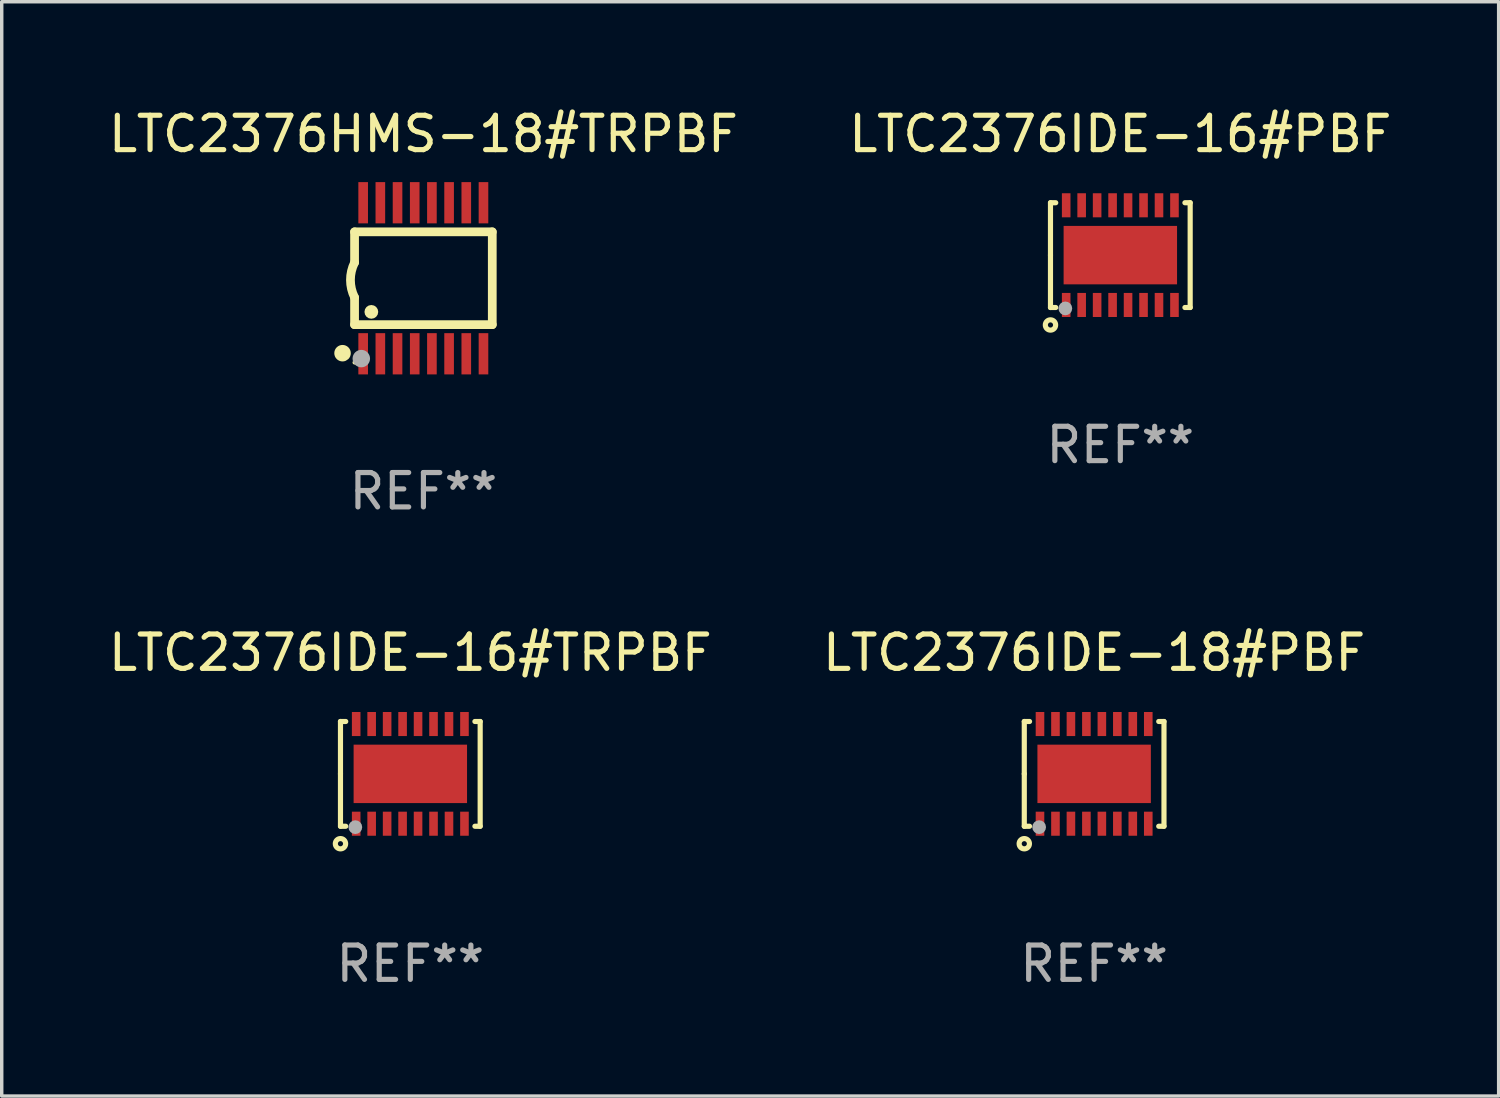
<source format=kicad_pcb>
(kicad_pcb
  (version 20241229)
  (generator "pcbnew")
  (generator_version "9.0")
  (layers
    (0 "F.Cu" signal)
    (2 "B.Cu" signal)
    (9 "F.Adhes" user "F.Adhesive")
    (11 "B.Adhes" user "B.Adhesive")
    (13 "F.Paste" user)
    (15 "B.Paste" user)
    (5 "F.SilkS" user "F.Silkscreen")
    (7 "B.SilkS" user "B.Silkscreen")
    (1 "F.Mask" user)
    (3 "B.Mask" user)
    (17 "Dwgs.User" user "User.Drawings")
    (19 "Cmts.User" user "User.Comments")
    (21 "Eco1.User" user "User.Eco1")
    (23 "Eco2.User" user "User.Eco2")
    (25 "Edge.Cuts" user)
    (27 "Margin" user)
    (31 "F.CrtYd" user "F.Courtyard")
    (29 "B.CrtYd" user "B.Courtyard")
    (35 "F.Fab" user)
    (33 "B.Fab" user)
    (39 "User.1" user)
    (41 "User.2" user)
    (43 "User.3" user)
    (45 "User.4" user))
  (footprint "LTC2376IDE-16#PBF"
    (layer "F.Cu")
    (at 29.542 4.372)
    (property "Reference" "LTC2376IDE-16#PBF" (at 0 -3.524 0) (layer "F.SilkS") (effects (font (size 1 1) (thickness 0.15))))
    (attr through_hole)
    (fp_line (start -2.032 -1.524) (end -1.879 -1.524) (stroke (width 0.15) (type solid)) (layer "F.SilkS"))
    (fp_line (start -2.032 0) (end -2.032 -1.524) (stroke (width 0.15) (type solid)) (layer "F.SilkS"))
    (fp_line (start -2.032 1.524) (end -2.032 0) (stroke (width 0.15) (type solid)) (layer "F.SilkS"))
    (fp_line (start -1.879 1.524) (end -2.032 1.524) (stroke (width 0.15) (type solid)) (layer "F.SilkS"))
    (fp_line (start 1.879 -1.524) (end 2.032 -1.524) (stroke (width 0.15) (type solid)) (layer "F.SilkS"))
    (fp_line (start 2.032 -1.524) (end 2.032 1.524) (stroke (width 0.15) (type solid)) (layer "F.SilkS"))
    (fp_line (start 2.032 1.524) (end 1.879 1.524) (stroke (width 0.15) (type solid)) (layer "F.SilkS"))
    (fp_circle (center -2.032 2.032) (end -1.882 2.032) (stroke (width 0.15) (type solid)) (fill no) (layer "F.SilkS"))
    (fp_circle (center -2 1.5) (end -1.97 1.5) (stroke (width 0.06) (type solid)) (fill no) (layer "F.SilkS"))
    (fp_circle (center -1.6 1.55) (end -1.5 1.55) (stroke (width 0.2) (type solid)) (fill no) (layer "F.Fab"))
    (fp_text user "REF**" (at 0 5.524 0) (layer "F.Fab") (effects (font (size 1 1) (thickness 0.15))))
    (pad "1" smd rect (at -1.575 1.45 90) (size 0.7 0.25) (layers "F.Cu" "F.Mask" "F.Paste"))
    (pad "2" smd rect (at -1.125 1.45 90) (size 0.7 0.25) (layers "F.Cu" "F.Mask" "F.Paste"))
    (pad "3" smd rect (at -0.675 1.45 90) (size 0.7 0.25) (layers "F.Cu" "F.Mask" "F.Paste"))
    (pad "4" smd rect (at -0.225 1.45 90) (size 0.7 0.25) (layers "F.Cu" "F.Mask" "F.Paste"))
    (pad "5" smd rect (at 0.225 1.45 90) (size 0.7 0.25) (layers "F.Cu" "F.Mask" "F.Paste"))
    (pad "6" smd rect (at 0.675 1.45 90) (size 0.7 0.25) (layers "F.Cu" "F.Mask" "F.Paste"))
    (pad "7" smd rect (at 1.125 1.45 90) (size 0.7 0.25) (layers "F.Cu" "F.Mask" "F.Paste"))
    (pad "8" smd rect (at 1.575 1.45 90) (size 0.7 0.25) (layers "F.Cu" "F.Mask" "F.Paste"))
    (pad "9" smd rect (at 1.575 -1.45 90) (size 0.7 0.25) (layers "F.Cu" "F.Mask" "F.Paste"))
    (pad "10" smd rect (at 1.125 -1.45 90) (size 0.7 0.25) (layers "F.Cu" "F.Mask" "F.Paste"))
    (pad "11" smd rect (at 0.675 -1.45 90) (size 0.7 0.25) (layers "F.Cu" "F.Mask" "F.Paste"))
    (pad "12" smd rect (at 0.225 -1.45 90) (size 0.7 0.25) (layers "F.Cu" "F.Mask" "F.Paste"))
    (pad "13" smd rect (at -0.225 -1.45 90) (size 0.7 0.25) (layers "F.Cu" "F.Mask" "F.Paste"))
    (pad "14" smd rect (at -0.675 -1.45 90) (size 0.7 0.25) (layers "F.Cu" "F.Mask" "F.Paste"))
    (pad "15" smd rect (at -1.125 -1.45 90) (size 0.7 0.25) (layers "F.Cu" "F.Mask" "F.Paste"))
    (pad "16" smd rect (at -1.575 -1.45 90) (size 0.7 0.25) (layers "F.Cu" "F.Mask" "F.Paste"))
    (pad "17" smd rect (at 0.000127 0 90) (size 1.7 3.3) (layers "F.Cu" "F.Mask" "F.Paste")))
  (footprint "LTC2376IDE-16#TRPBF"
    (layer "F.Cu")
    (at 8.887 19.463)
    (property "Reference" "LTC2376IDE-16#TRPBF" (at 0 -3.524 0) (layer "F.SilkS") (effects (font (size 1 1) (thickness 0.15))))
    (attr through_hole)
    (fp_line (start -2.032 -1.524) (end -1.879 -1.524) (stroke (width 0.15) (type solid)) (layer "F.SilkS"))
    (fp_line (start -2.032 0) (end -2.032 -1.524) (stroke (width 0.15) (type solid)) (layer "F.SilkS"))
    (fp_line (start -2.032 1.524) (end -2.032 0) (stroke (width 0.15) (type solid)) (layer "F.SilkS"))
    (fp_line (start -1.879 1.524) (end -2.032 1.524) (stroke (width 0.15) (type solid)) (layer "F.SilkS"))
    (fp_line (start 1.879 -1.524) (end 2.032 -1.524) (stroke (width 0.15) (type solid)) (layer "F.SilkS"))
    (fp_line (start 2.032 -1.524) (end 2.032 1.524) (stroke (width 0.15) (type solid)) (layer "F.SilkS"))
    (fp_line (start 2.032 1.524) (end 1.879 1.524) (stroke (width 0.15) (type solid)) (layer "F.SilkS"))
    (fp_circle (center -2.032 2.032) (end -1.882 2.032) (stroke (width 0.15) (type solid)) (fill no) (layer "F.SilkS"))
    (fp_circle (center -2 1.5) (end -1.97 1.5) (stroke (width 0.06) (type solid)) (fill no) (layer "F.SilkS"))
    (fp_circle (center -1.6 1.55) (end -1.5 1.55) (stroke (width 0.2) (type solid)) (fill no) (layer "F.Fab"))
    (fp_text user "REF**" (at 0 5.524 0) (layer "F.Fab") (effects (font (size 1 1) (thickness 0.15))))
    (pad "1" smd rect (at -1.575 1.45 90) (size 0.7 0.25) (layers "F.Cu" "F.Mask" "F.Paste"))
    (pad "2" smd rect (at -1.125 1.45 90) (size 0.7 0.25) (layers "F.Cu" "F.Mask" "F.Paste"))
    (pad "3" smd rect (at -0.675 1.45 90) (size 0.7 0.25) (layers "F.Cu" "F.Mask" "F.Paste"))
    (pad "4" smd rect (at -0.225 1.45 90) (size 0.7 0.25) (layers "F.Cu" "F.Mask" "F.Paste"))
    (pad "5" smd rect (at 0.225 1.45 90) (size 0.7 0.25) (layers "F.Cu" "F.Mask" "F.Paste"))
    (pad "6" smd rect (at 0.675 1.45 90) (size 0.7 0.25) (layers "F.Cu" "F.Mask" "F.Paste"))
    (pad "7" smd rect (at 1.125 1.45 90) (size 0.7 0.25) (layers "F.Cu" "F.Mask" "F.Paste"))
    (pad "8" smd rect (at 1.575 1.45 90) (size 0.7 0.25) (layers "F.Cu" "F.Mask" "F.Paste"))
    (pad "9" smd rect (at 1.575 -1.45 90) (size 0.7 0.25) (layers "F.Cu" "F.Mask" "F.Paste"))
    (pad "10" smd rect (at 1.125 -1.45 90) (size 0.7 0.25) (layers "F.Cu" "F.Mask" "F.Paste"))
    (pad "11" smd rect (at 0.675 -1.45 90) (size 0.7 0.25) (layers "F.Cu" "F.Mask" "F.Paste"))
    (pad "12" smd rect (at 0.225 -1.45 90) (size 0.7 0.25) (layers "F.Cu" "F.Mask" "F.Paste"))
    (pad "13" smd rect (at -0.225 -1.45 90) (size 0.7 0.25) (layers "F.Cu" "F.Mask" "F.Paste"))
    (pad "14" smd rect (at -0.675 -1.45 90) (size 0.7 0.25) (layers "F.Cu" "F.Mask" "F.Paste"))
    (pad "15" smd rect (at -1.125 -1.45 90) (size 0.7 0.25) (layers "F.Cu" "F.Mask" "F.Paste"))
    (pad "16" smd rect (at -1.575 -1.45 90) (size 0.7 0.25) (layers "F.Cu" "F.Mask" "F.Paste"))
    (pad "17" smd rect (at 0.000127 0 90) (size 1.7 3.3) (layers "F.Cu" "F.Mask" "F.Paste")))
  (footprint "LTC2376IDE-18#PBF"
    (layer "F.Cu")
    (at 28.78 19.463)
    (property "Reference" "LTC2376IDE-18#PBF" (at 0 -3.524 0) (layer "F.SilkS") (effects (font (size 1 1) (thickness 0.15))))
    (attr through_hole)
    (fp_line (start -2.032 -1.524) (end -1.879 -1.524) (stroke (width 0.15) (type solid)) (layer "F.SilkS"))
    (fp_line (start -2.032 0) (end -2.032 -1.524) (stroke (width 0.15) (type solid)) (layer "F.SilkS"))
    (fp_line (start -2.032 1.524) (end -2.032 0) (stroke (width 0.15) (type solid)) (layer "F.SilkS"))
    (fp_line (start -1.879 1.524) (end -2.032 1.524) (stroke (width 0.15) (type solid)) (layer "F.SilkS"))
    (fp_line (start 1.879 -1.524) (end 2.032 -1.524) (stroke (width 0.15) (type solid)) (layer "F.SilkS"))
    (fp_line (start 2.032 -1.524) (end 2.032 1.524) (stroke (width 0.15) (type solid)) (layer "F.SilkS"))
    (fp_line (start 2.032 1.524) (end 1.879 1.524) (stroke (width 0.15) (type solid)) (layer "F.SilkS"))
    (fp_circle (center -2.032 2.032) (end -1.882 2.032) (stroke (width 0.15) (type solid)) (fill no) (layer "F.SilkS"))
    (fp_circle (center -2 1.5) (end -1.97 1.5) (stroke (width 0.06) (type solid)) (fill no) (layer "F.SilkS"))
    (fp_circle (center -1.6 1.55) (end -1.5 1.55) (stroke (width 0.2) (type solid)) (fill no) (layer "F.Fab"))
    (fp_text user "REF**" (at 0 5.524 0) (layer "F.Fab") (effects (font (size 1 1) (thickness 0.15))))
    (pad "1" smd rect (at -1.575 1.45 90) (size 0.7 0.25) (layers "F.Cu" "F.Mask" "F.Paste"))
    (pad "2" smd rect (at -1.125 1.45 90) (size 0.7 0.25) (layers "F.Cu" "F.Mask" "F.Paste"))
    (pad "3" smd rect (at -0.675 1.45 90) (size 0.7 0.25) (layers "F.Cu" "F.Mask" "F.Paste"))
    (pad "4" smd rect (at -0.225 1.45 90) (size 0.7 0.25) (layers "F.Cu" "F.Mask" "F.Paste"))
    (pad "5" smd rect (at 0.225 1.45 90) (size 0.7 0.25) (layers "F.Cu" "F.Mask" "F.Paste"))
    (pad "6" smd rect (at 0.675 1.45 90) (size 0.7 0.25) (layers "F.Cu" "F.Mask" "F.Paste"))
    (pad "7" smd rect (at 1.125 1.45 90) (size 0.7 0.25) (layers "F.Cu" "F.Mask" "F.Paste"))
    (pad "8" smd rect (at 1.575 1.45 90) (size 0.7 0.25) (layers "F.Cu" "F.Mask" "F.Paste"))
    (pad "9" smd rect (at 1.575 -1.45 90) (size 0.7 0.25) (layers "F.Cu" "F.Mask" "F.Paste"))
    (pad "10" smd rect (at 1.125 -1.45 90) (size 0.7 0.25) (layers "F.Cu" "F.Mask" "F.Paste"))
    (pad "11" smd rect (at 0.675 -1.45 90) (size 0.7 0.25) (layers "F.Cu" "F.Mask" "F.Paste"))
    (pad "12" smd rect (at 0.225 -1.45 90) (size 0.7 0.25) (layers "F.Cu" "F.Mask" "F.Paste"))
    (pad "13" smd rect (at -0.225 -1.45 90) (size 0.7 0.25) (layers "F.Cu" "F.Mask" "F.Paste"))
    (pad "14" smd rect (at -0.675 -1.45 90) (size 0.7 0.25) (layers "F.Cu" "F.Mask" "F.Paste"))
    (pad "15" smd rect (at -1.125 -1.45 90) (size 0.7 0.25) (layers "F.Cu" "F.Mask" "F.Paste"))
    (pad "16" smd rect (at -1.575 -1.45 90) (size 0.7 0.25) (layers "F.Cu" "F.Mask" "F.Paste"))
    (pad "17" smd rect (at 0.000127 0 90) (size 1.7 3.3) (layers "F.Cu" "F.Mask" "F.Paste")))
  (footprint "LTC2376HMS-18#TRPBF"
    (layer "F.Cu")
    (at 9.268 5.045)
    (property "Reference" "LTC2376HMS-18#TRPBF" (at 0 -4.197 0) (layer "F.SilkS") (effects (font (size 1 1) (thickness 0.15))))
    (attr through_hole)
    (fp_line (start -2.003 -1.35) (end -2.003 -0.457) (stroke (width 0.254) (type solid)) (layer "F.SilkS"))
    (fp_line (start -2.003 -1.35) (end 2.003 -1.35) (stroke (width 0.254) (type solid)) (layer "F.SilkS"))
    (fp_line (start -2.003 1.35) (end -2.003 0.559) (stroke (width 0.254) (type solid)) (layer "F.SilkS"))
    (fp_line (start -2.003 1.35) (end 2.003 1.35) (stroke (width 0.254) (type solid)) (layer "F.SilkS"))
    (fp_line (start 2.003 -1.35) (end 2.003 1.35) (stroke (width 0.254) (type solid)) (layer "F.SilkS"))
    (fp_arc (start -2.002286 0.558802) (mid -2.122556 0.05092) (end -2.003302 -0.457201) (stroke (width 0.254001) (type solid)) (layer "F.SilkS"))
    (fp_circle (center -2.353 2.18) (end -2.233 2.18) (stroke (width 0.24) (type solid)) (fill no) (layer "F.SilkS"))
    (fp_circle (center -2.003 2.45) (end -1.973 2.45) (stroke (width 0.06) (type solid)) (fill no) (layer "F.SilkS"))
    (fp_circle (center -1.515 0.978) (end -1.415 0.978) (stroke (width 0.2) (type solid)) (fill no) (layer "F.SilkS"))
    (fp_circle (center -1.807 2.337) (end -1.68 2.337) (stroke (width 0.254) (type solid)) (fill no) (layer "F.Fab"))
    (fp_text user "REF**" (at 0 6.197 0) (layer "F.Fab") (effects (font (size 1 1) (thickness 0.15))))
    (pad "1" smd rect (at -1.753 2.197 90) (size 1.2 0.28) (layers "F.Cu" "F.Mask" "F.Paste"))
    (pad "2" smd rect (at -1.253 2.197 90) (size 1.2 0.28) (layers "F.Cu" "F.Mask" "F.Paste"))
    (pad "3" smd rect (at -0.753 2.197 90) (size 1.2 0.28) (layers "F.Cu" "F.Mask" "F.Paste"))
    (pad "4" smd rect (at -0.253 2.197 90) (size 1.2 0.28) (layers "F.Cu" "F.Mask" "F.Paste"))
    (pad "5" smd rect (at 0.247 2.197 90) (size 1.2 0.28) (layers "F.Cu" "F.Mask" "F.Paste"))
    (pad "6" smd rect (at 0.747 2.197 90) (size 1.2 0.28) (layers "F.Cu" "F.Mask" "F.Paste"))
    (pad "7" smd rect (at 1.247 2.197 90) (size 1.2 0.28) (layers "F.Cu" "F.Mask" "F.Paste"))
    (pad "8" smd rect (at 1.747 2.197 90) (size 1.2 0.28) (layers "F.Cu" "F.Mask" "F.Paste"))
    (pad "9" smd rect (at 1.747 -2.197 90) (size 1.2 0.28) (layers "F.Cu" "F.Mask" "F.Paste"))
    (pad "10" smd rect (at 1.247 -2.197 90) (size 1.2 0.28) (layers "F.Cu" "F.Mask" "F.Paste"))
    (pad "11" smd rect (at 0.747 -2.197 90) (size 1.2 0.28) (layers "F.Cu" "F.Mask" "F.Paste"))
    (pad "12" smd rect (at 0.247 -2.197 90) (size 1.2 0.28) (layers "F.Cu" "F.Mask" "F.Paste"))
    (pad "13" smd rect (at -0.253 -2.197 90) (size 1.2 0.28) (layers "F.Cu" "F.Mask" "F.Paste"))
    (pad "14" smd rect (at -0.753 -2.197 90) (size 1.2 0.28) (layers "F.Cu" "F.Mask" "F.Paste"))
    (pad "15" smd rect (at -1.253 -2.197 90) (size 1.2 0.28) (layers "F.Cu" "F.Mask" "F.Paste"))
    (pad "16" smd rect (at -1.753 -2.197 90) (size 1.2 0.28) (layers "F.Cu" "F.Mask" "F.Paste")))
  (gr_rect
    (start -3 -3)
    (end 40.548 28.835)
    (stroke (width 0.1) (type default))
    (fill no)
    (layer "Edge.Cuts")))
</source>
